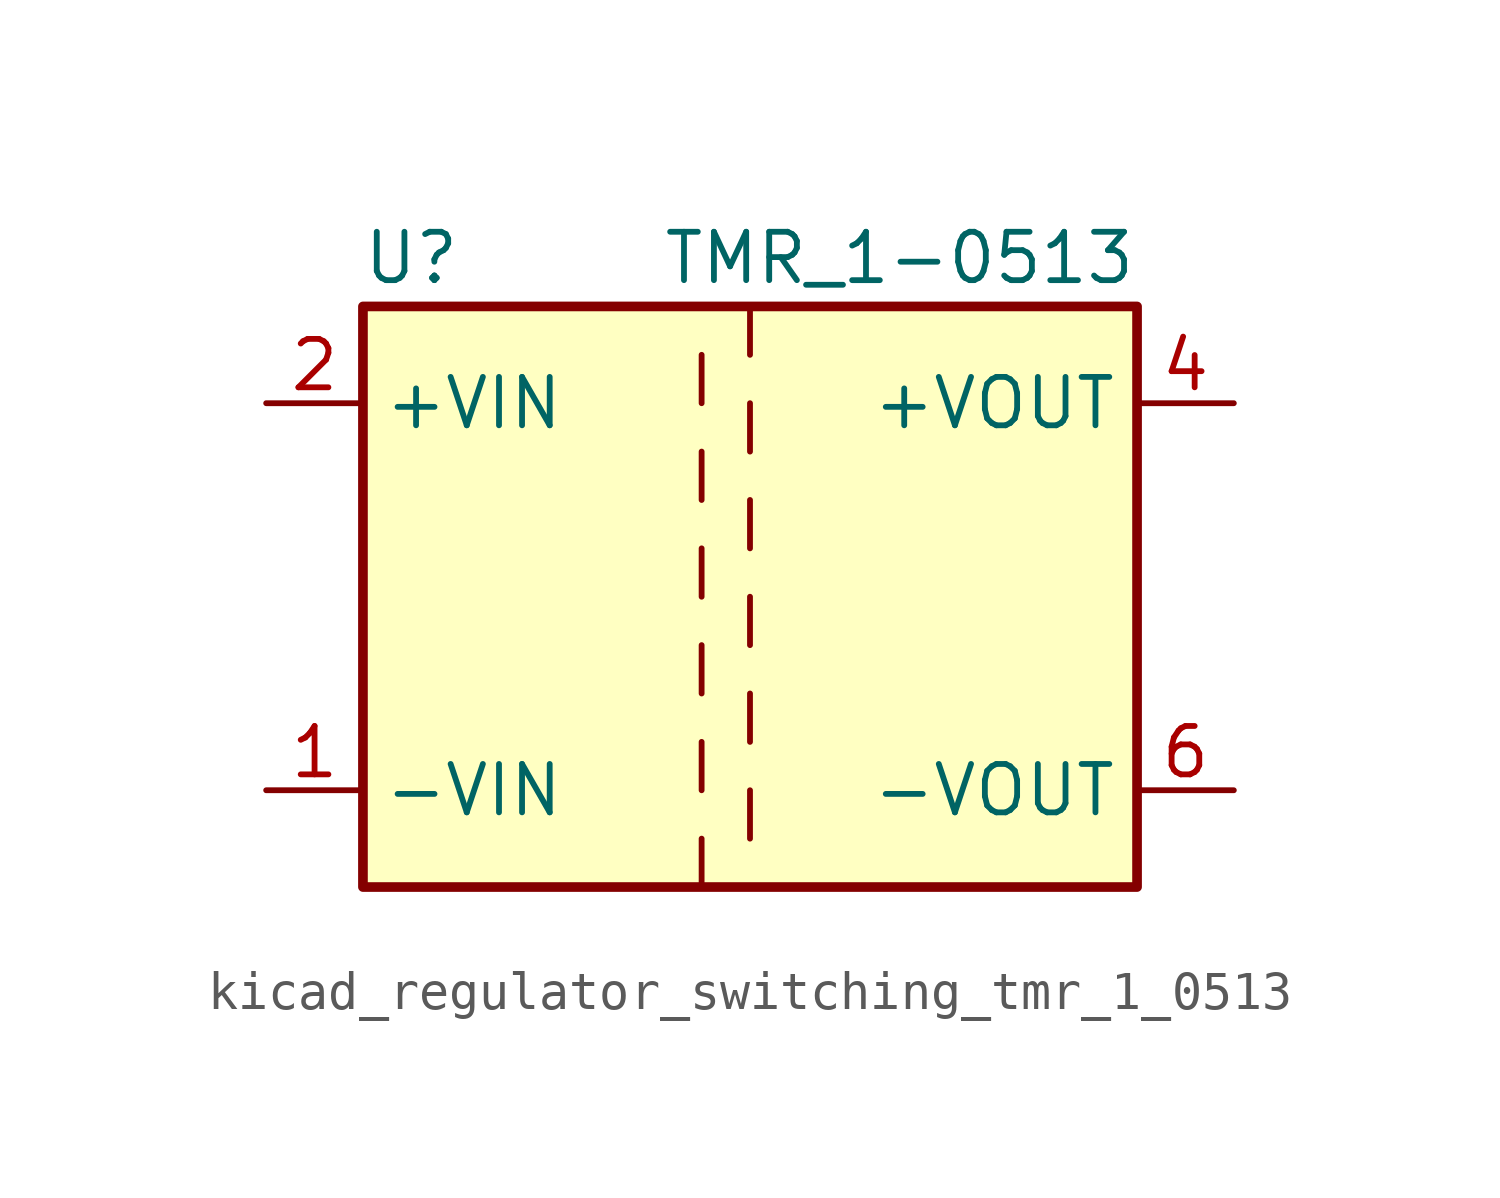
<source format=kicad_sym>
(kicad_symbol_lib
  (version 20220914)
  (generator kicad_symbol_editor)
  (symbol "kicad_regulator_switching_tmr_1_0513"
    (property "Reference" "U"
      (at -8.89 8.89 0)
      (effects (font (size 1.27 1.27))))
    (property "Value" "TMR_1-0513"
      (at 10.16 8.89 0)
      (effects (font (size 1.27 1.27)) (justify right)))
    (symbol "kicad_regulator_switching_tmr_1_0513_0_1"
      (rectangle (start -10.16 7.62) (end 10.16 -7.62) (stroke (width 0.254) (type default)) (fill (type background)))
      (polyline (pts (xy -1.27 -7.62) (xy -1.27 -6.35)) (stroke (width 0) (type default)) (fill (type none)))
      (polyline (pts (xy -1.27 -5.08) (xy -1.27 -3.81)) (stroke (width 0) (type default)) (fill (type none)))
      (polyline (pts (xy -1.27 -2.54) (xy -1.27 -1.27)) (stroke (width 0) (type default)) (fill (type none)))
      (polyline (pts (xy -1.27 0) (xy -1.27 1.27)) (stroke (width 0) (type default)) (fill (type none)))
      (polyline (pts (xy -1.27 2.54) (xy -1.27 3.81)) (stroke (width 0) (type default)) (fill (type none)))
      (polyline (pts (xy -1.27 5.08) (xy -1.27 6.35)) (stroke (width 0) (type default)) (fill (type none)))
      (polyline (pts (xy 0 -5.08) (xy 0 -6.35)) (stroke (width 0) (type default)) (fill (type none)))
      (polyline (pts (xy 0 -2.54) (xy 0 -3.81)) (stroke (width 0) (type default)) (fill (type none)))
      (polyline (pts (xy 0 0) (xy 0 -1.27)) (stroke (width 0) (type default)) (fill (type none)))
      (polyline (pts (xy 0 2.54) (xy 0 1.27)) (stroke (width 0) (type default)) (fill (type none)))
      (polyline (pts (xy 0 5.08) (xy 0 3.81)) (stroke (width 0) (type default)) (fill (type none)))
      (polyline (pts (xy 0 7.62) (xy 0 6.35)) (stroke (width 0) (type default)) (fill (type none))))
    (symbol "kicad_regulator_switching_tmr_1_0513_1_1"
      (pin power_in line (at -12.7 -5.08 0) (length 2.54) (name "-VIN" (effects (font (size 1.27 1.27)))) (number "1" (effects (font (size 1.27 1.27)))))
      (pin power_in line (at -12.7 5.08 0) (length 2.54) (name "+VIN" (effects (font (size 1.27 1.27)))) (number "2" (effects (font (size 1.27 1.27)))))
      (pin power_out line (at 12.7 5.08 180) (length 2.54) (name "+VOUT" (effects (font (size 1.27 1.27)))) (number "4" (effects (font (size 1.27 1.27)))))
      (pin power_out line (at 12.7 -5.08 180) (length 2.54) (name "-VOUT" (effects (font (size 1.27 1.27)))) (number "6" (effects (font (size 1.27 1.27))))))))
</source>
